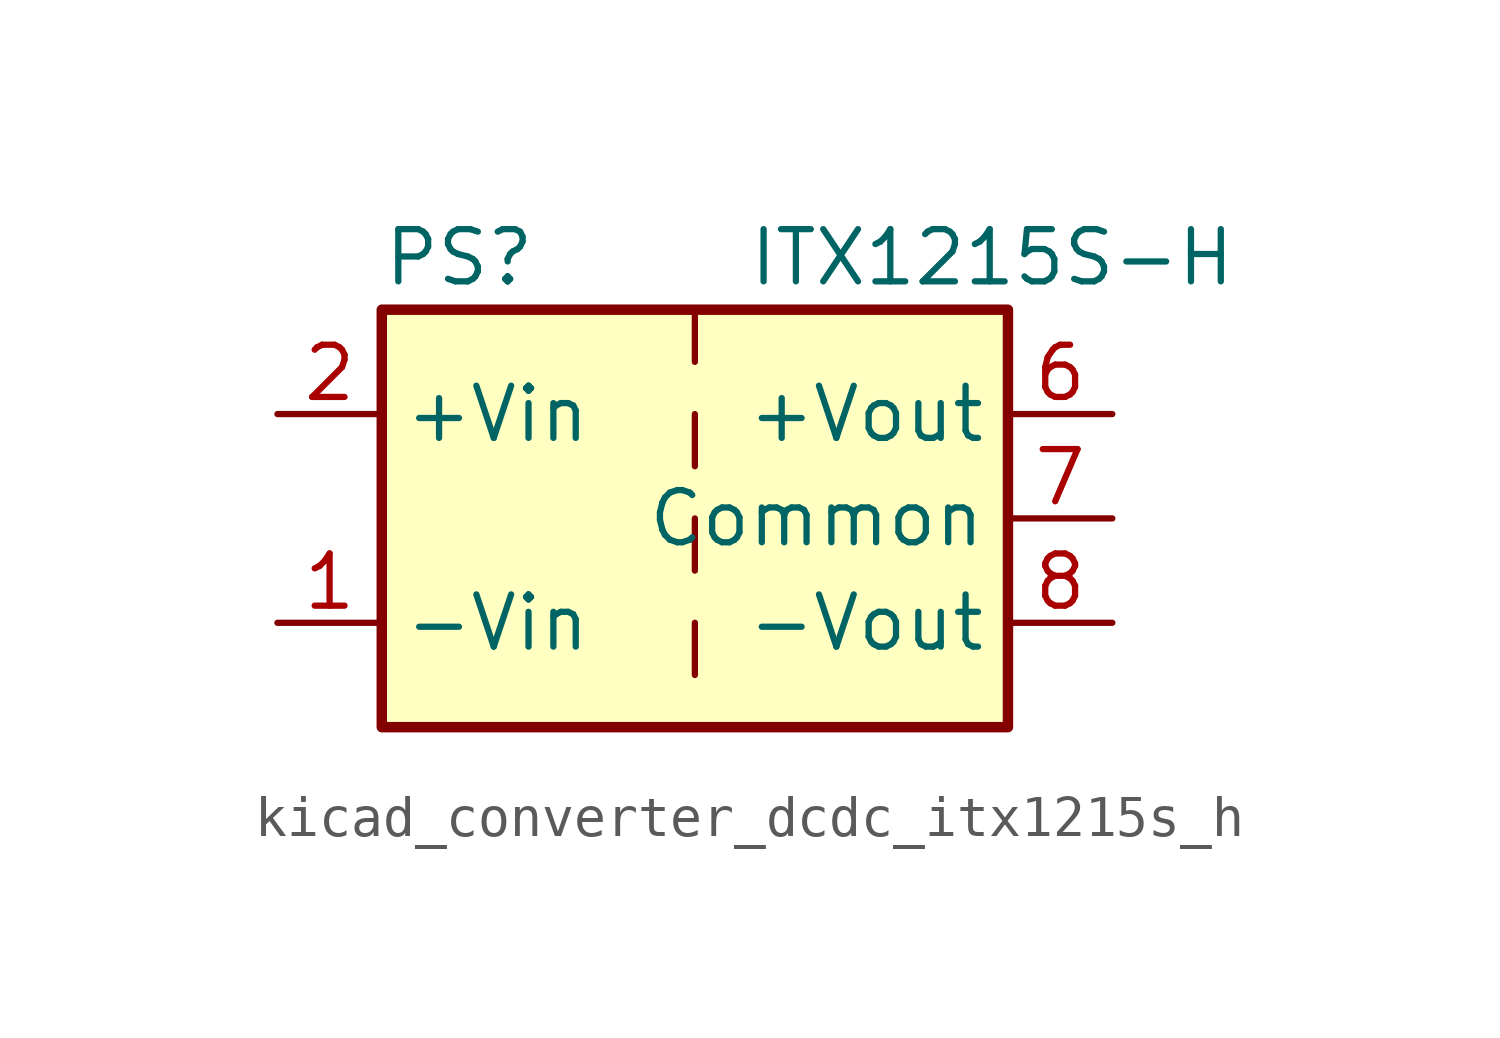
<source format=kicad_sym>
(kicad_symbol_lib
  (version 20220914)
  (generator kicad_symbol_editor)
  (symbol "kicad_converter_dcdc_itx1215s_h"
    (property "Reference" "PS"
      (at -7.62 6.35 0)
      (effects (font (size 1.27 1.27)) (justify left)))
    (property "Value" "ITX1215S-H"
      (at 1.27 6.35 0)
      (effects (font (size 1.27 1.27)) (justify left)))
    (symbol "kicad_converter_dcdc_itx1215s_h_0_0"
      (pin power_in line (at -10.16 -2.54 0) (length 2.54) (name "-Vin" (effects (font (size 1.27 1.27)))) (number "1" (effects (font (size 1.27 1.27)))))
      (pin power_in line (at -10.16 2.54 0) (length 2.54) (name "+Vin" (effects (font (size 1.27 1.27)))) (number "2" (effects (font (size 1.27 1.27)))))
      (pin no_connect line (at 0 -5.08 90) (length 2.54) hide (name "NC" (effects (font (size 1.27 1.27)))) (number "3" (effects (font (size 1.27 1.27)))))
      (pin no_connect line (at 0 5.08 270) (length 2.54) hide (name "NC" (effects (font (size 1.27 1.27)))) (number "5" (effects (font (size 1.27 1.27)))))
      (pin power_out line (at 10.16 2.54 180) (length 2.54) (name "+Vout" (effects (font (size 1.27 1.27)))) (number "6" (effects (font (size 1.27 1.27)))))
      (pin power_out line (at 10.16 0 180) (length 2.54) (name "Common" (effects (font (size 1.27 1.27)))) (number "7" (effects (font (size 1.27 1.27)))))
      (pin power_out line (at 10.16 -2.54 180) (length 2.54) (name "-Vout" (effects (font (size 1.27 1.27)))) (number "8" (effects (font (size 1.27 1.27))))))
    (symbol "kicad_converter_dcdc_itx1215s_h_0_1"
      (rectangle (start -7.62 5.08) (end 7.62 -5.08) (stroke (width 0.254) (type default)) (fill (type background)))
      (polyline (pts (xy 0 -2.54) (xy 0 -3.81)) (stroke (width 0) (type default)) (fill (type none)))
      (polyline (pts (xy 0 0) (xy 0 -1.27)) (stroke (width 0) (type default)) (fill (type none)))
      (polyline (pts (xy 0 2.54) (xy 0 1.27)) (stroke (width 0) (type default)) (fill (type none)))
      (polyline (pts (xy 0 5.08) (xy 0 3.81)) (stroke (width 0) (type default)) (fill (type none))))))
</source>
